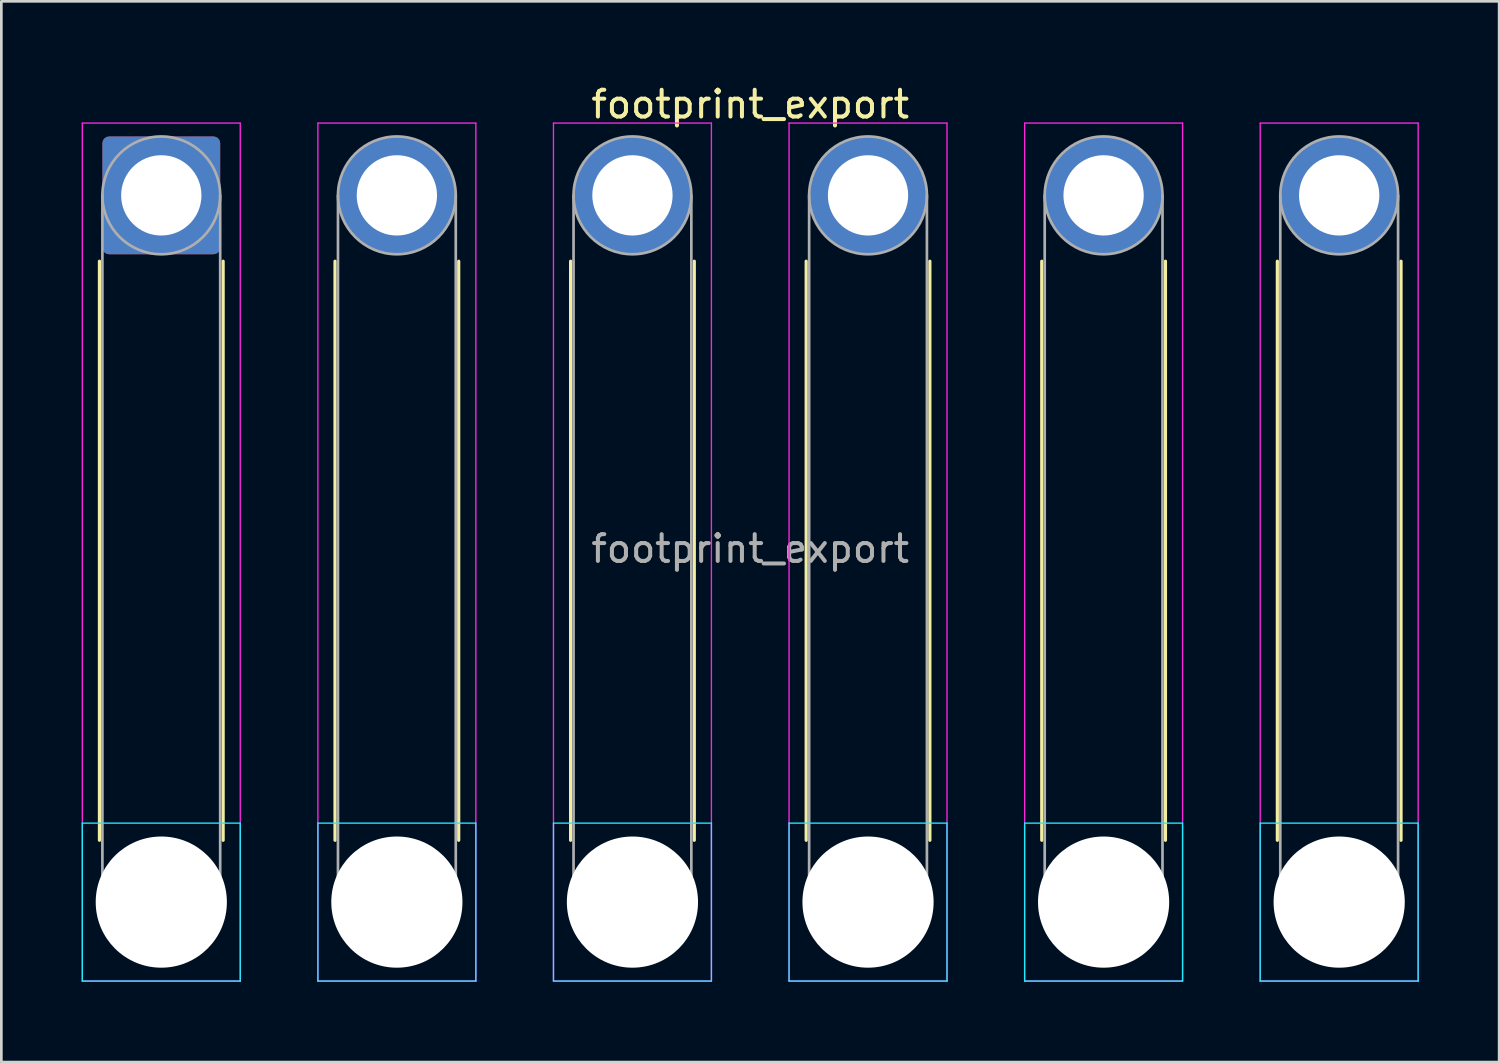
<source format=kicad_pcb>
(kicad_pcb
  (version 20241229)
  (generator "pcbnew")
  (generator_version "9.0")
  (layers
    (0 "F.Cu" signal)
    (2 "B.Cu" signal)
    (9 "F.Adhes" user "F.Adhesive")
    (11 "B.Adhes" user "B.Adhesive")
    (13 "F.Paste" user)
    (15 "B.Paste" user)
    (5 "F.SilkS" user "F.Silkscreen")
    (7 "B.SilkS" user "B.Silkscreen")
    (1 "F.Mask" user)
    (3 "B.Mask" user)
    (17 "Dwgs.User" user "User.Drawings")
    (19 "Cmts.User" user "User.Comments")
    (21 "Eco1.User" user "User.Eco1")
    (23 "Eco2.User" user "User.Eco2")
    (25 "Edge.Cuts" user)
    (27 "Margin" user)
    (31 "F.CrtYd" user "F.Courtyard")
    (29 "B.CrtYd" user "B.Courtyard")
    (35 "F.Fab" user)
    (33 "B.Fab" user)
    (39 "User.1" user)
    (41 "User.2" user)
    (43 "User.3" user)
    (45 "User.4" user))
  (footprint "footprint_export"
    (layer "F.Cu")
    (at 2.975 4.248)
    (property "Reference" "footprint_export" (at 22 -3.4 0) (layer "F.SilkS") (effects (font (size 1 1) (thickness 0.15))))
    (attr exclude_from_pos_files exclude_from_bom)
    (fp_line (start -2.31 2.46) (end -2.31 24.09) (stroke (width 0.12) (type solid)) (layer "F.SilkS"))
    (fp_line (start 2.31 2.46) (end 2.31 24.09) (stroke (width 0.12) (type solid)) (layer "F.SilkS"))
    (fp_line (start 6.49 2.46) (end 6.49 24.09) (stroke (width 0.12) (type solid)) (layer "F.SilkS"))
    (fp_line (start 11.11 2.46) (end 11.11 24.09) (stroke (width 0.12) (type solid)) (layer "F.SilkS"))
    (fp_line (start 15.29 2.46) (end 15.29 24.09) (stroke (width 0.12) (type solid)) (layer "F.SilkS"))
    (fp_line (start 19.91 2.46) (end 19.91 24.09) (stroke (width 0.12) (type solid)) (layer "F.SilkS"))
    (fp_line (start 24.09 2.46) (end 24.09 24.09) (stroke (width 0.12) (type solid)) (layer "F.SilkS"))
    (fp_line (start 28.71 2.46) (end 28.71 24.09) (stroke (width 0.12) (type solid)) (layer "F.SilkS"))
    (fp_line (start 32.89 2.46) (end 32.89 24.09) (stroke (width 0.12) (type solid)) (layer "F.SilkS"))
    (fp_line (start 37.51 2.46) (end 37.51 24.09) (stroke (width 0.12) (type solid)) (layer "F.SilkS"))
    (fp_line (start 41.69 2.46) (end 41.69 24.09) (stroke (width 0.12) (type solid)) (layer "F.SilkS"))
    (fp_line (start 46.31 2.46) (end 46.31 24.09) (stroke (width 0.12) (type solid)) (layer "F.SilkS"))
    (fp_line (start -2.95 23.45) (end -2.95 29.35) (stroke (width 0.05) (type solid)) (layer "B.CrtYd"))
    (fp_line (start -2.95 29.35) (end 2.95 29.35) (stroke (width 0.05) (type solid)) (layer "B.CrtYd"))
    (fp_line (start 2.95 23.45) (end -2.95 23.45) (stroke (width 0.05) (type solid)) (layer "B.CrtYd"))
    (fp_line (start 2.95 29.35) (end 2.95 23.45) (stroke (width 0.05) (type solid)) (layer "B.CrtYd"))
    (fp_line (start 5.85 23.45) (end 5.85 29.35) (stroke (width 0.05) (type solid)) (layer "B.CrtYd"))
    (fp_line (start 5.85 29.35) (end 11.75 29.35) (stroke (width 0.05) (type solid)) (layer "B.CrtYd"))
    (fp_line (start 11.75 23.45) (end 5.85 23.45) (stroke (width 0.05) (type solid)) (layer "B.CrtYd"))
    (fp_line (start 11.75 29.35) (end 11.75 23.45) (stroke (width 0.05) (type solid)) (layer "B.CrtYd"))
    (fp_line (start 14.65 23.45) (end 14.65 29.35) (stroke (width 0.05) (type solid)) (layer "B.CrtYd"))
    (fp_line (start 14.65 29.35) (end 20.55 29.35) (stroke (width 0.05) (type solid)) (layer "B.CrtYd"))
    (fp_line (start 20.55 23.45) (end 14.65 23.45) (stroke (width 0.05) (type solid)) (layer "B.CrtYd"))
    (fp_line (start 20.55 29.35) (end 20.55 23.45) (stroke (width 0.05) (type solid)) (layer "B.CrtYd"))
    (fp_line (start 23.45 23.45) (end 23.45 29.35) (stroke (width 0.05) (type solid)) (layer "B.CrtYd"))
    (fp_line (start 23.45 29.35) (end 29.35 29.35) (stroke (width 0.05) (type solid)) (layer "B.CrtYd"))
    (fp_line (start 29.35 23.45) (end 23.45 23.45) (stroke (width 0.05) (type solid)) (layer "B.CrtYd"))
    (fp_line (start 29.35 29.35) (end 29.35 23.45) (stroke (width 0.05) (type solid)) (layer "B.CrtYd"))
    (fp_line (start 32.25 23.45) (end 32.25 29.35) (stroke (width 0.05) (type solid)) (layer "B.CrtYd"))
    (fp_line (start 32.25 29.35) (end 38.15 29.35) (stroke (width 0.05) (type solid)) (layer "B.CrtYd"))
    (fp_line (start 38.15 23.45) (end 32.25 23.45) (stroke (width 0.05) (type solid)) (layer "B.CrtYd"))
    (fp_line (start 38.15 29.35) (end 38.15 23.45) (stroke (width 0.05) (type solid)) (layer "B.CrtYd"))
    (fp_line (start 41.05 23.45) (end 41.05 29.35) (stroke (width 0.05) (type solid)) (layer "B.CrtYd"))
    (fp_line (start 41.05 29.35) (end 46.95 29.35) (stroke (width 0.05) (type solid)) (layer "B.CrtYd"))
    (fp_line (start 46.95 23.45) (end 41.05 23.45) (stroke (width 0.05) (type solid)) (layer "B.CrtYd"))
    (fp_line (start 46.95 29.35) (end 46.95 23.45) (stroke (width 0.05) (type solid)) (layer "B.CrtYd"))
    (fp_line (start -2.95 -2.7) (end -2.95 29.35) (stroke (width 0.05) (type solid)) (layer "F.CrtYd"))
    (fp_line (start -2.95 29.35) (end 2.95 29.35) (stroke (width 0.05) (type solid)) (layer "F.CrtYd"))
    (fp_line (start 2.95 -2.7) (end -2.95 -2.7) (stroke (width 0.05) (type solid)) (layer "F.CrtYd"))
    (fp_line (start 2.95 29.35) (end 2.95 -2.7) (stroke (width 0.05) (type solid)) (layer "F.CrtYd"))
    (fp_line (start 5.85 -2.7) (end 5.85 29.35) (stroke (width 0.05) (type solid)) (layer "F.CrtYd"))
    (fp_line (start 5.85 29.35) (end 11.75 29.35) (stroke (width 0.05) (type solid)) (layer "F.CrtYd"))
    (fp_line (start 11.75 -2.7) (end 5.85 -2.7) (stroke (width 0.05) (type solid)) (layer "F.CrtYd"))
    (fp_line (start 11.75 29.35) (end 11.75 -2.7) (stroke (width 0.05) (type solid)) (layer "F.CrtYd"))
    (fp_line (start 14.65 -2.7) (end 14.65 29.35) (stroke (width 0.05) (type solid)) (layer "F.CrtYd"))
    (fp_line (start 14.65 29.35) (end 20.55 29.35) (stroke (width 0.05) (type solid)) (layer "F.CrtYd"))
    (fp_line (start 20.55 -2.7) (end 14.65 -2.7) (stroke (width 0.05) (type solid)) (layer "F.CrtYd"))
    (fp_line (start 20.55 29.35) (end 20.55 -2.7) (stroke (width 0.05) (type solid)) (layer "F.CrtYd"))
    (fp_line (start 23.45 -2.7) (end 23.45 29.35) (stroke (width 0.05) (type solid)) (layer "F.CrtYd"))
    (fp_line (start 23.45 29.35) (end 29.35 29.35) (stroke (width 0.05) (type solid)) (layer "F.CrtYd"))
    (fp_line (start 29.35 -2.7) (end 23.45 -2.7) (stroke (width 0.05) (type solid)) (layer "F.CrtYd"))
    (fp_line (start 29.35 29.35) (end 29.35 -2.7) (stroke (width 0.05) (type solid)) (layer "F.CrtYd"))
    (fp_line (start 32.25 -2.7) (end 32.25 29.35) (stroke (width 0.05) (type solid)) (layer "F.CrtYd"))
    (fp_line (start 32.25 29.35) (end 38.15 29.35) (stroke (width 0.05) (type solid)) (layer "F.CrtYd"))
    (fp_line (start 38.15 -2.7) (end 32.25 -2.7) (stroke (width 0.05) (type solid)) (layer "F.CrtYd"))
    (fp_line (start 38.15 29.35) (end 38.15 -2.7) (stroke (width 0.05) (type solid)) (layer "F.CrtYd"))
    (fp_line (start 41.05 -2.7) (end 41.05 29.35) (stroke (width 0.05) (type solid)) (layer "F.CrtYd"))
    (fp_line (start 41.05 29.35) (end 46.95 29.35) (stroke (width 0.05) (type solid)) (layer "F.CrtYd"))
    (fp_line (start 46.95 -2.7) (end 41.05 -2.7) (stroke (width 0.05) (type solid)) (layer "F.CrtYd"))
    (fp_line (start 46.95 29.35) (end 46.95 -2.7) (stroke (width 0.05) (type solid)) (layer "F.CrtYd"))
    (fp_line (start -2.2 0) (end -2.2 26.4) (stroke (width 0.1) (type solid)) (layer "F.Fab"))
    (fp_line (start 2.2 0) (end 2.2 26.4) (stroke (width 0.1) (type solid)) (layer "F.Fab"))
    (fp_line (start 6.6 0) (end 6.6 26.4) (stroke (width 0.1) (type solid)) (layer "F.Fab"))
    (fp_line (start 11 0) (end 11 26.4) (stroke (width 0.1) (type solid)) (layer "F.Fab"))
    (fp_line (start 15.4 0) (end 15.4 26.4) (stroke (width 0.1) (type solid)) (layer "F.Fab"))
    (fp_line (start 19.8 0) (end 19.8 26.4) (stroke (width 0.1) (type solid)) (layer "F.Fab"))
    (fp_line (start 24.2 0) (end 24.2 26.4) (stroke (width 0.1) (type solid)) (layer "F.Fab"))
    (fp_line (start 28.6 0) (end 28.6 26.4) (stroke (width 0.1) (type solid)) (layer "F.Fab"))
    (fp_line (start 33 0) (end 33 26.4) (stroke (width 0.1) (type solid)) (layer "F.Fab"))
    (fp_line (start 37.4 0) (end 37.4 26.4) (stroke (width 0.1) (type solid)) (layer "F.Fab"))
    (fp_line (start 41.8 0) (end 41.8 26.4) (stroke (width 0.1) (type solid)) (layer "F.Fab"))
    (fp_line (start 46.2 0) (end 46.2 26.4) (stroke (width 0.1) (type solid)) (layer "F.Fab"))
    (fp_circle (center 0 0) (end 2.2 0) (stroke (width 0.1) (type solid)) (fill no) (layer "F.Fab"))
    (fp_circle (center 0 26.4) (end 2.2 26.4) (stroke (width 0.1) (type solid)) (fill no) (layer "F.Fab"))
    (fp_circle (center 8.8 0) (end 11 0) (stroke (width 0.1) (type solid)) (fill no) (layer "F.Fab"))
    (fp_circle (center 8.8 26.4) (end 11 26.4) (stroke (width 0.1) (type solid)) (fill no) (layer "F.Fab"))
    (fp_circle (center 17.6 0) (end 19.8 0) (stroke (width 0.1) (type solid)) (fill no) (layer "F.Fab"))
    (fp_circle (center 17.6 26.4) (end 19.8 26.4) (stroke (width 0.1) (type solid)) (fill no) (layer "F.Fab"))
    (fp_circle (center 26.4 0) (end 28.6 0) (stroke (width 0.1) (type solid)) (fill no) (layer "F.Fab"))
    (fp_circle (center 26.4 26.4) (end 28.6 26.4) (stroke (width 0.1) (type solid)) (fill no) (layer "F.Fab"))
    (fp_circle (center 35.2 0) (end 37.4 0) (stroke (width 0.1) (type solid)) (fill no) (layer "F.Fab"))
    (fp_circle (center 35.2 26.4) (end 37.4 26.4) (stroke (width 0.1) (type solid)) (fill no) (layer "F.Fab"))
    (fp_circle (center 44 0) (end 46.2 0) (stroke (width 0.1) (type solid)) (fill no) (layer "F.Fab"))
    (fp_circle (center 44 26.4) (end 46.2 26.4) (stroke (width 0.1) (type solid)) (fill no) (layer "F.Fab"))
    (fp_text user "${REFERENCE}" (at 22 13.2 0) (layer "F.Fab") (effects (font (size 1 1) (thickness 0.15))))
    (pad "" np_thru_hole circle (at 0 26.4) (size 4.9 4.9) (drill 4.9) (layers "*.Cu" "*.Mask"))
    (pad "" np_thru_hole circle (at 8.8 26.4) (size 4.9 4.9) (drill 4.9) (layers "*.Cu" "*.Mask"))
    (pad "" np_thru_hole circle (at 17.6 26.4) (size 4.9 4.9) (drill 4.9) (layers "*.Cu" "*.Mask"))
    (pad "" np_thru_hole circle (at 26.4 26.4) (size 4.9 4.9) (drill 4.9) (layers "*.Cu" "*.Mask"))
    (pad "" np_thru_hole circle (at 35.2 26.4) (size 4.9 4.9) (drill 4.9) (layers "*.Cu" "*.Mask"))
    (pad "" np_thru_hole circle (at 44 26.4) (size 4.9 4.9) (drill 4.9) (layers "*.Cu" "*.Mask"))
    (pad "1" thru_hole roundrect (at 0 0) (size 4.4 4.4) (drill 3) (layers "*.Cu" "*.Mask") (roundrect_rratio 0.057))
    (pad "2" thru_hole circle (at 8.8 0) (size 4.4 4.4) (drill 3) (layers "*.Cu" "*.Mask"))
    (pad "3" thru_hole circle (at 17.6 0) (size 4.4 4.4) (drill 3) (layers "*.Cu" "*.Mask"))
    (pad "4" thru_hole circle (at 26.4 0) (size 4.4 4.4) (drill 3) (layers "*.Cu" "*.Mask"))
    (pad "5" thru_hole circle (at 35.2 0) (size 4.4 4.4) (drill 3) (layers "*.Cu" "*.Mask"))
    (pad "6" thru_hole circle (at 44 0) (size 4.4 4.4) (drill 3) (layers "*.Cu" "*.Mask")))
  (gr_rect
    (start -3 -3)
    (end 52.95 36.623)
    (stroke (width 0.1) (type default))
    (fill no)
    (layer "Edge.Cuts")))
</source>
